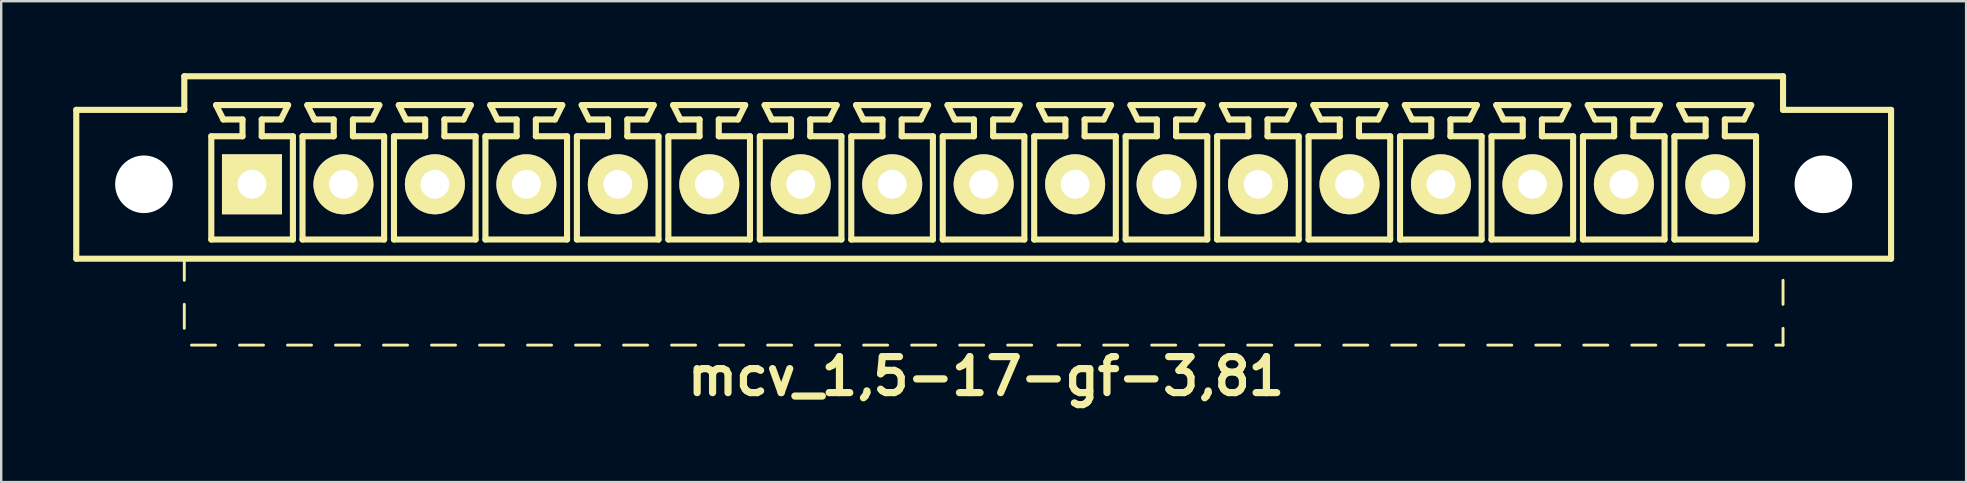
<source format=kicad_pcb>
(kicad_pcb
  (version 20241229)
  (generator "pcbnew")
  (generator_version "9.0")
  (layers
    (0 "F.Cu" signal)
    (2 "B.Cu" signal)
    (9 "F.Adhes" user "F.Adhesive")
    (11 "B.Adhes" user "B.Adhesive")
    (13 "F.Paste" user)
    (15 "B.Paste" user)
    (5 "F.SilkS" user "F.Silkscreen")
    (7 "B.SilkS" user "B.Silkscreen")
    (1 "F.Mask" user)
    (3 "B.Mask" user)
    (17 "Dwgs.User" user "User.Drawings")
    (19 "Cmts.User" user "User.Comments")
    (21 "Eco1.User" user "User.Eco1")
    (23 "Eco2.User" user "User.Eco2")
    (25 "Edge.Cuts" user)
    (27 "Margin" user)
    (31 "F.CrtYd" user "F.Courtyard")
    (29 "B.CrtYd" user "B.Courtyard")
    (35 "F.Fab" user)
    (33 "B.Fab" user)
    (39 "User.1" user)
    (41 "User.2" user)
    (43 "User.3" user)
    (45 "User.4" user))
  (footprint "mcv_1,5-17-gf-3,81"
    (layer "F.Cu")
    (at 37.927 4.627)
    (property "Reference" "mcv_1,5-17-gf-3,81" (at 0.1 8 0) (layer "F.SilkS") (effects (font (size 1.5 1.5) (thickness 0.3))))
    (attr through_hole)
    (fp_line (start -37.8 3.1) (end -37.8 -3.1) (stroke (width 0.254) (type solid)) (layer "F.SilkS"))
    (fp_line (start -37.8 3.1) (end 37.8 3.1) (stroke (width 0.254) (type solid)) (layer "F.SilkS"))
    (fp_line (start -33.3 -4.5) (end -33.3 -3.1) (stroke (width 0.254) (type solid)) (layer "F.SilkS"))
    (fp_line (start -33.3 -4.5) (end 33.3 -4.5) (stroke (width 0.254) (type solid)) (layer "F.SilkS"))
    (fp_line (start -33.3 -3.1) (end -37.8 -3.1) (stroke (width 0.254) (type solid)) (layer "F.SilkS"))
    (fp_line (start -33.3 3.1) (end -33.3 4) (stroke (width 0.12) (type solid)) (layer "F.SilkS"))
    (fp_line (start -33.3 5) (end -33.3 6) (stroke (width 0.12) (type solid)) (layer "F.SilkS"))
    (fp_line (start -33 6.7) (end -32 6.7) (stroke (width 0.12) (type solid)) (layer "F.SilkS"))
    (fp_line (start -32.175 -2) (end -30.875 -2) (stroke (width 0.254) (type solid)) (layer "F.SilkS"))
    (fp_line (start -32.175 2.3) (end -32.175 -2) (stroke (width 0.254) (type solid)) (layer "F.SilkS"))
    (fp_line (start -31.975 -3.3) (end -28.975 -3.3) (stroke (width 0.254) (type solid)) (layer "F.SilkS"))
    (fp_line (start -31.675 -2.7) (end -31.975 -3.3) (stroke (width 0.254) (type solid)) (layer "F.SilkS"))
    (fp_line (start -31 6.7) (end -30 6.7) (stroke (width 0.12) (type solid)) (layer "F.SilkS"))
    (fp_line (start -30.875 -2.7) (end -31.675 -2.7) (stroke (width 0.254) (type solid)) (layer "F.SilkS"))
    (fp_line (start -30.875 -2) (end -30.875 -2.7) (stroke (width 0.254) (type solid)) (layer "F.SilkS"))
    (fp_line (start -30.075 -2.7) (end -30.075 -2) (stroke (width 0.254) (type solid)) (layer "F.SilkS"))
    (fp_line (start -30.075 -2) (end -28.775 -2) (stroke (width 0.254) (type solid)) (layer "F.SilkS"))
    (fp_line (start -29.275 -2.7) (end -30.075 -2.7) (stroke (width 0.254) (type solid)) (layer "F.SilkS"))
    (fp_line (start -29.275 -2.7) (end -28.975 -3.3) (stroke (width 0.254) (type solid)) (layer "F.SilkS"))
    (fp_line (start -29 6.7) (end -28 6.7) (stroke (width 0.12) (type solid)) (layer "F.SilkS"))
    (fp_line (start -28.775 -2) (end -28.775 2.3) (stroke (width 0.254) (type solid)) (layer "F.SilkS"))
    (fp_line (start -28.775 2.3) (end -32.175 2.3) (stroke (width 0.254) (type solid)) (layer "F.SilkS"))
    (fp_line (start -28.375 -2) (end -27.075 -2) (stroke (width 0.254) (type solid)) (layer "F.SilkS"))
    (fp_line (start -28.375 2.3) (end -28.375 -2) (stroke (width 0.254) (type solid)) (layer "F.SilkS"))
    (fp_line (start -28.175 -3.3) (end -25.175 -3.3) (stroke (width 0.254) (type solid)) (layer "F.SilkS"))
    (fp_line (start -27.875 -2.7) (end -28.175 -3.3) (stroke (width 0.254) (type solid)) (layer "F.SilkS"))
    (fp_line (start -27.075 -2.7) (end -27.875 -2.7) (stroke (width 0.254) (type solid)) (layer "F.SilkS"))
    (fp_line (start -27.075 -2) (end -27.075 -2.7) (stroke (width 0.254) (type solid)) (layer "F.SilkS"))
    (fp_line (start -27 6.7) (end -26 6.7) (stroke (width 0.12) (type solid)) (layer "F.SilkS"))
    (fp_line (start -26.275 -2.7) (end -26.275 -2) (stroke (width 0.254) (type solid)) (layer "F.SilkS"))
    (fp_line (start -26.275 -2) (end -24.975 -2) (stroke (width 0.254) (type solid)) (layer "F.SilkS"))
    (fp_line (start -25.475 -2.7) (end -26.275 -2.7) (stroke (width 0.254) (type solid)) (layer "F.SilkS"))
    (fp_line (start -25.475 -2.7) (end -25.175 -3.3) (stroke (width 0.254) (type solid)) (layer "F.SilkS"))
    (fp_line (start -25 6.7) (end -24 6.7) (stroke (width 0.12) (type solid)) (layer "F.SilkS"))
    (fp_line (start -24.975 -2) (end -24.975 2.3) (stroke (width 0.254) (type solid)) (layer "F.SilkS"))
    (fp_line (start -24.975 2.3) (end -28.375 2.3) (stroke (width 0.254) (type solid)) (layer "F.SilkS"))
    (fp_line (start -24.565 -2) (end -23.265 -2) (stroke (width 0.254) (type solid)) (layer "F.SilkS"))
    (fp_line (start -24.565 2.3) (end -24.565 -2) (stroke (width 0.254) (type solid)) (layer "F.SilkS"))
    (fp_line (start -24.365 -3.3) (end -21.365 -3.3) (stroke (width 0.254) (type solid)) (layer "F.SilkS"))
    (fp_line (start -24.065 -2.7) (end -24.365 -3.3) (stroke (width 0.254) (type solid)) (layer "F.SilkS"))
    (fp_line (start -23.265 -2.7) (end -24.065 -2.7) (stroke (width 0.254) (type solid)) (layer "F.SilkS"))
    (fp_line (start -23.265 -2) (end -23.265 -2.7) (stroke (width 0.254) (type solid)) (layer "F.SilkS"))
    (fp_line (start -23 6.7) (end -22 6.7) (stroke (width 0.12) (type solid)) (layer "F.SilkS"))
    (fp_line (start -22.465 -2.7) (end -22.465 -2) (stroke (width 0.254) (type solid)) (layer "F.SilkS"))
    (fp_line (start -22.465 -2) (end -21.165 -2) (stroke (width 0.254) (type solid)) (layer "F.SilkS"))
    (fp_line (start -21.665 -2.7) (end -22.465 -2.7) (stroke (width 0.254) (type solid)) (layer "F.SilkS"))
    (fp_line (start -21.665 -2.7) (end -21.365 -3.3) (stroke (width 0.254) (type solid)) (layer "F.SilkS"))
    (fp_line (start -21.165 -2) (end -21.165 2.3) (stroke (width 0.254) (type solid)) (layer "F.SilkS"))
    (fp_line (start -21.165 2.3) (end -24.565 2.3) (stroke (width 0.254) (type solid)) (layer "F.SilkS"))
    (fp_line (start -21 6.7) (end -20 6.7) (stroke (width 0.12) (type solid)) (layer "F.SilkS"))
    (fp_line (start -20.755 -2) (end -19.455 -2) (stroke (width 0.254) (type solid)) (layer "F.SilkS"))
    (fp_line (start -20.755 2.3) (end -20.755 -2) (stroke (width 0.254) (type solid)) (layer "F.SilkS"))
    (fp_line (start -20.555 -3.3) (end -17.555 -3.3) (stroke (width 0.254) (type solid)) (layer "F.SilkS"))
    (fp_line (start -20.255 -2.7) (end -20.555 -3.3) (stroke (width 0.254) (type solid)) (layer "F.SilkS"))
    (fp_line (start -19.455 -2.7) (end -20.255 -2.7) (stroke (width 0.254) (type solid)) (layer "F.SilkS"))
    (fp_line (start -19.455 -2) (end -19.455 -2.7) (stroke (width 0.254) (type solid)) (layer "F.SilkS"))
    (fp_line (start -19 6.7) (end -18 6.7) (stroke (width 0.12) (type solid)) (layer "F.SilkS"))
    (fp_line (start -18.655 -2.7) (end -18.655 -2) (stroke (width 0.254) (type solid)) (layer "F.SilkS"))
    (fp_line (start -18.655 -2) (end -17.355 -2) (stroke (width 0.254) (type solid)) (layer "F.SilkS"))
    (fp_line (start -17.855 -2.7) (end -18.655 -2.7) (stroke (width 0.254) (type solid)) (layer "F.SilkS"))
    (fp_line (start -17.855 -2.7) (end -17.555 -3.3) (stroke (width 0.254) (type solid)) (layer "F.SilkS"))
    (fp_line (start -17.355 -2) (end -17.355 2.3) (stroke (width 0.254) (type solid)) (layer "F.SilkS"))
    (fp_line (start -17.355 2.3) (end -20.755 2.3) (stroke (width 0.254) (type solid)) (layer "F.SilkS"))
    (fp_line (start -17 6.7) (end -16 6.7) (stroke (width 0.12) (type solid)) (layer "F.SilkS"))
    (fp_line (start -16.945 -2) (end -15.645 -2) (stroke (width 0.254) (type solid)) (layer "F.SilkS"))
    (fp_line (start -16.945 2.3) (end -16.945 -2) (stroke (width 0.254) (type solid)) (layer "F.SilkS"))
    (fp_line (start -16.745 -3.3) (end -13.745 -3.3) (stroke (width 0.254) (type solid)) (layer "F.SilkS"))
    (fp_line (start -16.445 -2.7) (end -16.745 -3.3) (stroke (width 0.254) (type solid)) (layer "F.SilkS"))
    (fp_line (start -15.645 -2.7) (end -16.445 -2.7) (stroke (width 0.254) (type solid)) (layer "F.SilkS"))
    (fp_line (start -15.645 -2) (end -15.645 -2.7) (stroke (width 0.254) (type solid)) (layer "F.SilkS"))
    (fp_line (start -15 6.7) (end -14 6.7) (stroke (width 0.12) (type solid)) (layer "F.SilkS"))
    (fp_line (start -14.845 -2.7) (end -14.845 -2) (stroke (width 0.254) (type solid)) (layer "F.SilkS"))
    (fp_line (start -14.845 -2) (end -13.545 -2) (stroke (width 0.254) (type solid)) (layer "F.SilkS"))
    (fp_line (start -14.045 -2.7) (end -14.845 -2.7) (stroke (width 0.254) (type solid)) (layer "F.SilkS"))
    (fp_line (start -14.045 -2.7) (end -13.745 -3.3) (stroke (width 0.254) (type solid)) (layer "F.SilkS"))
    (fp_line (start -13.545 -2) (end -13.545 2.3) (stroke (width 0.254) (type solid)) (layer "F.SilkS"))
    (fp_line (start -13.545 2.3) (end -16.945 2.3) (stroke (width 0.254) (type solid)) (layer "F.SilkS"))
    (fp_line (start -13.135 -2) (end -11.835 -2) (stroke (width 0.254) (type solid)) (layer "F.SilkS"))
    (fp_line (start -13.135 2.3) (end -13.135 -2) (stroke (width 0.254) (type solid)) (layer "F.SilkS"))
    (fp_line (start -13 6.7) (end -12 6.7) (stroke (width 0.12) (type solid)) (layer "F.SilkS"))
    (fp_line (start -12.935 -3.3) (end -9.935 -3.3) (stroke (width 0.254) (type solid)) (layer "F.SilkS"))
    (fp_line (start -12.635 -2.7) (end -12.935 -3.3) (stroke (width 0.254) (type solid)) (layer "F.SilkS"))
    (fp_line (start -11.835 -2.7) (end -12.635 -2.7) (stroke (width 0.254) (type solid)) (layer "F.SilkS"))
    (fp_line (start -11.835 -2) (end -11.835 -2.7) (stroke (width 0.254) (type solid)) (layer "F.SilkS"))
    (fp_line (start -11.035 -2.7) (end -11.035 -2) (stroke (width 0.254) (type solid)) (layer "F.SilkS"))
    (fp_line (start -11.035 -2) (end -9.735 -2) (stroke (width 0.254) (type solid)) (layer "F.SilkS"))
    (fp_line (start -11 6.7) (end -10 6.7) (stroke (width 0.12) (type solid)) (layer "F.SilkS"))
    (fp_line (start -10.235 -2.7) (end -11.035 -2.7) (stroke (width 0.254) (type solid)) (layer "F.SilkS"))
    (fp_line (start -10.235 -2.7) (end -9.935 -3.3) (stroke (width 0.254) (type solid)) (layer "F.SilkS"))
    (fp_line (start -9.735 -2) (end -9.735 2.3) (stroke (width 0.254) (type solid)) (layer "F.SilkS"))
    (fp_line (start -9.735 2.3) (end -13.135 2.3) (stroke (width 0.254) (type solid)) (layer "F.SilkS"))
    (fp_line (start -9.325 -2) (end -8.025 -2) (stroke (width 0.254) (type solid)) (layer "F.SilkS"))
    (fp_line (start -9.325 2.3) (end -9.325 -2) (stroke (width 0.254) (type solid)) (layer "F.SilkS"))
    (fp_line (start -9.125 -3.3) (end -6.125 -3.3) (stroke (width 0.254) (type solid)) (layer "F.SilkS"))
    (fp_line (start -9 6.7) (end -8 6.7) (stroke (width 0.12) (type solid)) (layer "F.SilkS"))
    (fp_line (start -8.825 -2.7) (end -9.125 -3.3) (stroke (width 0.254) (type solid)) (layer "F.SilkS"))
    (fp_line (start -8.025 -2.7) (end -8.825 -2.7) (stroke (width 0.254) (type solid)) (layer "F.SilkS"))
    (fp_line (start -8.025 -2) (end -8.025 -2.7) (stroke (width 0.254) (type solid)) (layer "F.SilkS"))
    (fp_line (start -7.225 -2.7) (end -7.225 -2) (stroke (width 0.254) (type solid)) (layer "F.SilkS"))
    (fp_line (start -7.225 -2) (end -5.925 -2) (stroke (width 0.254) (type solid)) (layer "F.SilkS"))
    (fp_line (start -7 6.7) (end -6 6.7) (stroke (width 0.12) (type solid)) (layer "F.SilkS"))
    (fp_line (start -6.425 -2.7) (end -7.225 -2.7) (stroke (width 0.254) (type solid)) (layer "F.SilkS"))
    (fp_line (start -6.425 -2.7) (end -6.125 -3.3) (stroke (width 0.254) (type solid)) (layer "F.SilkS"))
    (fp_line (start -5.925 -2) (end -5.925 2.3) (stroke (width 0.254) (type solid)) (layer "F.SilkS"))
    (fp_line (start -5.925 2.3) (end -9.325 2.3) (stroke (width 0.254) (type solid)) (layer "F.SilkS"))
    (fp_line (start -5.515 -2) (end -4.215 -2) (stroke (width 0.254) (type solid)) (layer "F.SilkS"))
    (fp_line (start -5.515 2.3) (end -5.515 -2) (stroke (width 0.254) (type solid)) (layer "F.SilkS"))
    (fp_line (start -5.315 -3.3) (end -2.315 -3.3) (stroke (width 0.254) (type solid)) (layer "F.SilkS"))
    (fp_line (start -5.015 -2.7) (end -5.315 -3.3) (stroke (width 0.254) (type solid)) (layer "F.SilkS"))
    (fp_line (start -5 6.7) (end -4 6.7) (stroke (width 0.12) (type solid)) (layer "F.SilkS"))
    (fp_line (start -4.215 -2.7) (end -5.015 -2.7) (stroke (width 0.254) (type solid)) (layer "F.SilkS"))
    (fp_line (start -4.215 -2) (end -4.215 -2.7) (stroke (width 0.254) (type solid)) (layer "F.SilkS"))
    (fp_line (start -3.415 -2.7) (end -3.415 -2) (stroke (width 0.254) (type solid)) (layer "F.SilkS"))
    (fp_line (start -3.415 -2) (end -2.115 -2) (stroke (width 0.254) (type solid)) (layer "F.SilkS"))
    (fp_line (start -3 6.7) (end -2 6.7) (stroke (width 0.12) (type solid)) (layer "F.SilkS"))
    (fp_line (start -2.615 -2.7) (end -3.415 -2.7) (stroke (width 0.254) (type solid)) (layer "F.SilkS"))
    (fp_line (start -2.615 -2.7) (end -2.315 -3.3) (stroke (width 0.254) (type solid)) (layer "F.SilkS"))
    (fp_line (start -2.115 -2) (end -2.115 2.3) (stroke (width 0.254) (type solid)) (layer "F.SilkS"))
    (fp_line (start -2.115 2.3) (end -5.515 2.3) (stroke (width 0.254) (type solid)) (layer "F.SilkS"))
    (fp_line (start -1.705 -2) (end -0.405 -2) (stroke (width 0.254) (type solid)) (layer "F.SilkS"))
    (fp_line (start -1.705 2.3) (end -1.705 -2) (stroke (width 0.254) (type solid)) (layer "F.SilkS"))
    (fp_line (start -1.505 -3.3) (end 1.495 -3.3) (stroke (width 0.254) (type solid)) (layer "F.SilkS"))
    (fp_line (start -1.205 -2.7) (end -1.505 -3.3) (stroke (width 0.254) (type solid)) (layer "F.SilkS"))
    (fp_line (start -1 6.7) (end 0 6.7) (stroke (width 0.12) (type solid)) (layer "F.SilkS"))
    (fp_line (start -0.405 -2.7) (end -1.205 -2.7) (stroke (width 0.254) (type solid)) (layer "F.SilkS"))
    (fp_line (start -0.405 -2) (end -0.405 -2.7) (stroke (width 0.254) (type solid)) (layer "F.SilkS"))
    (fp_line (start 0.395 -2.7) (end 0.395 -2) (stroke (width 0.254) (type solid)) (layer "F.SilkS"))
    (fp_line (start 0.395 -2) (end 1.695 -2) (stroke (width 0.254) (type solid)) (layer "F.SilkS"))
    (fp_line (start 1 6.7) (end 2 6.7) (stroke (width 0.12) (type solid)) (layer "F.SilkS"))
    (fp_line (start 1.195 -2.7) (end 0.395 -2.7) (stroke (width 0.254) (type solid)) (layer "F.SilkS"))
    (fp_line (start 1.195 -2.7) (end 1.495 -3.3) (stroke (width 0.254) (type solid)) (layer "F.SilkS"))
    (fp_line (start 1.695 -2) (end 1.695 2.3) (stroke (width 0.254) (type solid)) (layer "F.SilkS"))
    (fp_line (start 1.695 2.3) (end -1.705 2.3) (stroke (width 0.254) (type solid)) (layer "F.SilkS"))
    (fp_line (start 2.105 -2) (end 3.405 -2) (stroke (width 0.254) (type solid)) (layer "F.SilkS"))
    (fp_line (start 2.105 2.3) (end 2.105 -2) (stroke (width 0.254) (type solid)) (layer "F.SilkS"))
    (fp_line (start 2.305 -3.3) (end 5.305 -3.3) (stroke (width 0.254) (type solid)) (layer "F.SilkS"))
    (fp_line (start 2.605 -2.7) (end 2.305 -3.3) (stroke (width 0.254) (type solid)) (layer "F.SilkS"))
    (fp_line (start 3.1 6.7) (end 4 6.7) (stroke (width 0.12) (type solid)) (layer "F.SilkS"))
    (fp_line (start 3.405 -2.7) (end 2.605 -2.7) (stroke (width 0.254) (type solid)) (layer "F.SilkS"))
    (fp_line (start 3.405 -2) (end 3.405 -2.7) (stroke (width 0.254) (type solid)) (layer "F.SilkS"))
    (fp_line (start 4.205 -2.7) (end 4.205 -2) (stroke (width 0.254) (type solid)) (layer "F.SilkS"))
    (fp_line (start 4.205 -2) (end 5.505 -2) (stroke (width 0.254) (type solid)) (layer "F.SilkS"))
    (fp_line (start 5 6.7) (end 6 6.7) (stroke (width 0.12) (type solid)) (layer "F.SilkS"))
    (fp_line (start 5.005 -2.7) (end 4.205 -2.7) (stroke (width 0.254) (type solid)) (layer "F.SilkS"))
    (fp_line (start 5.005 -2.7) (end 5.305 -3.3) (stroke (width 0.254) (type solid)) (layer "F.SilkS"))
    (fp_line (start 5.505 -2) (end 5.505 2.3) (stroke (width 0.254) (type solid)) (layer "F.SilkS"))
    (fp_line (start 5.505 2.3) (end 2.105 2.3) (stroke (width 0.254) (type solid)) (layer "F.SilkS"))
    (fp_line (start 5.915 -2) (end 7.215 -2) (stroke (width 0.254) (type solid)) (layer "F.SilkS"))
    (fp_line (start 5.915 2.3) (end 5.915 -2) (stroke (width 0.254) (type solid)) (layer "F.SilkS"))
    (fp_line (start 6.115 -3.3) (end 9.115 -3.3) (stroke (width 0.254) (type solid)) (layer "F.SilkS"))
    (fp_line (start 6.415 -2.7) (end 6.115 -3.3) (stroke (width 0.254) (type solid)) (layer "F.SilkS"))
    (fp_line (start 7 6.7) (end 8 6.7) (stroke (width 0.12) (type solid)) (layer "F.SilkS"))
    (fp_line (start 7.215 -2.7) (end 6.415 -2.7) (stroke (width 0.254) (type solid)) (layer "F.SilkS"))
    (fp_line (start 7.215 -2) (end 7.215 -2.7) (stroke (width 0.254) (type solid)) (layer "F.SilkS"))
    (fp_line (start 8.015 -2.7) (end 8.015 -2) (stroke (width 0.254) (type solid)) (layer "F.SilkS"))
    (fp_line (start 8.015 -2) (end 9.315 -2) (stroke (width 0.254) (type solid)) (layer "F.SilkS"))
    (fp_line (start 8.815 -2.7) (end 8.015 -2.7) (stroke (width 0.254) (type solid)) (layer "F.SilkS"))
    (fp_line (start 8.815 -2.7) (end 9.115 -3.3) (stroke (width 0.254) (type solid)) (layer "F.SilkS"))
    (fp_line (start 9 6.7) (end 10 6.7) (stroke (width 0.12) (type solid)) (layer "F.SilkS"))
    (fp_line (start 9.315 -2) (end 9.315 2.3) (stroke (width 0.254) (type solid)) (layer "F.SilkS"))
    (fp_line (start 9.315 2.3) (end 5.915 2.3) (stroke (width 0.254) (type solid)) (layer "F.SilkS"))
    (fp_line (start 9.725 -2) (end 11.025 -2) (stroke (width 0.254) (type solid)) (layer "F.SilkS"))
    (fp_line (start 9.725 2.3) (end 9.725 -2) (stroke (width 0.254) (type solid)) (layer "F.SilkS"))
    (fp_line (start 9.925 -3.3) (end 12.925 -3.3) (stroke (width 0.254) (type solid)) (layer "F.SilkS"))
    (fp_line (start 10.225 -2.7) (end 9.925 -3.3) (stroke (width 0.254) (type solid)) (layer "F.SilkS"))
    (fp_line (start 11 6.7) (end 12 6.7) (stroke (width 0.12) (type solid)) (layer "F.SilkS"))
    (fp_line (start 11.025 -2.7) (end 10.225 -2.7) (stroke (width 0.254) (type solid)) (layer "F.SilkS"))
    (fp_line (start 11.025 -2) (end 11.025 -2.7) (stroke (width 0.254) (type solid)) (layer "F.SilkS"))
    (fp_line (start 11.825 -2.7) (end 11.825 -2) (stroke (width 0.254) (type solid)) (layer "F.SilkS"))
    (fp_line (start 11.825 -2) (end 13.125 -2) (stroke (width 0.254) (type solid)) (layer "F.SilkS"))
    (fp_line (start 12.625 -2.7) (end 11.825 -2.7) (stroke (width 0.254) (type solid)) (layer "F.SilkS"))
    (fp_line (start 12.625 -2.7) (end 12.925 -3.3) (stroke (width 0.254) (type solid)) (layer "F.SilkS"))
    (fp_line (start 13 6.7) (end 14 6.7) (stroke (width 0.12) (type solid)) (layer "F.SilkS"))
    (fp_line (start 13.125 -2) (end 13.125 2.3) (stroke (width 0.254) (type solid)) (layer "F.SilkS"))
    (fp_line (start 13.125 2.3) (end 9.725 2.3) (stroke (width 0.254) (type solid)) (layer "F.SilkS"))
    (fp_line (start 13.535 -2) (end 14.835 -2) (stroke (width 0.254) (type solid)) (layer "F.SilkS"))
    (fp_line (start 13.535 2.3) (end 13.535 -2) (stroke (width 0.254) (type solid)) (layer "F.SilkS"))
    (fp_line (start 13.735 -3.3) (end 16.735 -3.3) (stroke (width 0.254) (type solid)) (layer "F.SilkS"))
    (fp_line (start 14.035 -2.7) (end 13.735 -3.3) (stroke (width 0.254) (type solid)) (layer "F.SilkS"))
    (fp_line (start 14.835 -2.7) (end 14.035 -2.7) (stroke (width 0.254) (type solid)) (layer "F.SilkS"))
    (fp_line (start 14.835 -2) (end 14.835 -2.7) (stroke (width 0.254) (type solid)) (layer "F.SilkS"))
    (fp_line (start 15 6.7) (end 16 6.7) (stroke (width 0.12) (type solid)) (layer "F.SilkS"))
    (fp_line (start 15.635 -2.7) (end 15.635 -2) (stroke (width 0.254) (type solid)) (layer "F.SilkS"))
    (fp_line (start 15.635 -2) (end 16.935 -2) (stroke (width 0.254) (type solid)) (layer "F.SilkS"))
    (fp_line (start 16.435 -2.7) (end 15.635 -2.7) (stroke (width 0.254) (type solid)) (layer "F.SilkS"))
    (fp_line (start 16.435 -2.7) (end 16.735 -3.3) (stroke (width 0.254) (type solid)) (layer "F.SilkS"))
    (fp_line (start 16.935 -2) (end 16.935 2.3) (stroke (width 0.254) (type solid)) (layer "F.SilkS"))
    (fp_line (start 16.935 2.3) (end 13.535 2.3) (stroke (width 0.254) (type solid)) (layer "F.SilkS"))
    (fp_line (start 17 6.7) (end 18 6.7) (stroke (width 0.12) (type solid)) (layer "F.SilkS"))
    (fp_line (start 17.345 -2) (end 18.645 -2) (stroke (width 0.254) (type solid)) (layer "F.SilkS"))
    (fp_line (start 17.345 2.3) (end 17.345 -2) (stroke (width 0.254) (type solid)) (layer "F.SilkS"))
    (fp_line (start 17.545 -3.3) (end 20.545 -3.3) (stroke (width 0.254) (type solid)) (layer "F.SilkS"))
    (fp_line (start 17.845 -2.7) (end 17.545 -3.3) (stroke (width 0.254) (type solid)) (layer "F.SilkS"))
    (fp_line (start 18.645 -2.7) (end 17.845 -2.7) (stroke (width 0.254) (type solid)) (layer "F.SilkS"))
    (fp_line (start 18.645 -2) (end 18.645 -2.7) (stroke (width 0.254) (type solid)) (layer "F.SilkS"))
    (fp_line (start 19 6.7) (end 20 6.7) (stroke (width 0.12) (type solid)) (layer "F.SilkS"))
    (fp_line (start 19.445 -2.7) (end 19.445 -2) (stroke (width 0.254) (type solid)) (layer "F.SilkS"))
    (fp_line (start 19.445 -2) (end 20.745 -2) (stroke (width 0.254) (type solid)) (layer "F.SilkS"))
    (fp_line (start 20.245 -2.7) (end 19.445 -2.7) (stroke (width 0.254) (type solid)) (layer "F.SilkS"))
    (fp_line (start 20.245 -2.7) (end 20.545 -3.3) (stroke (width 0.254) (type solid)) (layer "F.SilkS"))
    (fp_line (start 20.745 -2) (end 20.745 2.3) (stroke (width 0.254) (type solid)) (layer "F.SilkS"))
    (fp_line (start 20.745 2.3) (end 17.345 2.3) (stroke (width 0.254) (type solid)) (layer "F.SilkS"))
    (fp_line (start 21 6.7) (end 22 6.7) (stroke (width 0.12) (type solid)) (layer "F.SilkS"))
    (fp_line (start 21.155 -2) (end 22.455 -2) (stroke (width 0.254) (type solid)) (layer "F.SilkS"))
    (fp_line (start 21.155 2.3) (end 21.155 -2) (stroke (width 0.254) (type solid)) (layer "F.SilkS"))
    (fp_line (start 21.355 -3.3) (end 24.355 -3.3) (stroke (width 0.254) (type solid)) (layer "F.SilkS"))
    (fp_line (start 21.655 -2.7) (end 21.355 -3.3) (stroke (width 0.254) (type solid)) (layer "F.SilkS"))
    (fp_line (start 22.455 -2.7) (end 21.655 -2.7) (stroke (width 0.254) (type solid)) (layer "F.SilkS"))
    (fp_line (start 22.455 -2) (end 22.455 -2.7) (stroke (width 0.254) (type solid)) (layer "F.SilkS"))
    (fp_line (start 23 6.7) (end 24 6.7) (stroke (width 0.12) (type solid)) (layer "F.SilkS"))
    (fp_line (start 23.255 -2.7) (end 23.255 -2) (stroke (width 0.254) (type solid)) (layer "F.SilkS"))
    (fp_line (start 23.255 -2) (end 24.555 -2) (stroke (width 0.254) (type solid)) (layer "F.SilkS"))
    (fp_line (start 24.055 -2.7) (end 23.255 -2.7) (stroke (width 0.254) (type solid)) (layer "F.SilkS"))
    (fp_line (start 24.055 -2.7) (end 24.355 -3.3) (stroke (width 0.254) (type solid)) (layer "F.SilkS"))
    (fp_line (start 24.555 -2) (end 24.555 2.3) (stroke (width 0.254) (type solid)) (layer "F.SilkS"))
    (fp_line (start 24.555 2.3) (end 21.155 2.3) (stroke (width 0.254) (type solid)) (layer "F.SilkS"))
    (fp_line (start 24.965 -2) (end 26.265 -2) (stroke (width 0.254) (type solid)) (layer "F.SilkS"))
    (fp_line (start 24.965 2.3) (end 24.965 -2) (stroke (width 0.254) (type solid)) (layer "F.SilkS"))
    (fp_line (start 25 6.7) (end 26 6.7) (stroke (width 0.12) (type solid)) (layer "F.SilkS"))
    (fp_line (start 25.165 -3.3) (end 28.165 -3.3) (stroke (width 0.254) (type solid)) (layer "F.SilkS"))
    (fp_line (start 25.465 -2.7) (end 25.165 -3.3) (stroke (width 0.254) (type solid)) (layer "F.SilkS"))
    (fp_line (start 26.265 -2.7) (end 25.465 -2.7) (stroke (width 0.254) (type solid)) (layer "F.SilkS"))
    (fp_line (start 26.265 -2) (end 26.265 -2.7) (stroke (width 0.254) (type solid)) (layer "F.SilkS"))
    (fp_line (start 27 6.7) (end 28 6.7) (stroke (width 0.12) (type solid)) (layer "F.SilkS"))
    (fp_line (start 27.065 -2.7) (end 27.065 -2) (stroke (width 0.254) (type solid)) (layer "F.SilkS"))
    (fp_line (start 27.065 -2) (end 28.365 -2) (stroke (width 0.254) (type solid)) (layer "F.SilkS"))
    (fp_line (start 27.865 -2.7) (end 27.065 -2.7) (stroke (width 0.254) (type solid)) (layer "F.SilkS"))
    (fp_line (start 27.865 -2.7) (end 28.165 -3.3) (stroke (width 0.254) (type solid)) (layer "F.SilkS"))
    (fp_line (start 28.365 -2) (end 28.365 2.3) (stroke (width 0.254) (type solid)) (layer "F.SilkS"))
    (fp_line (start 28.365 2.3) (end 24.965 2.3) (stroke (width 0.254) (type solid)) (layer "F.SilkS"))
    (fp_line (start 28.775 -2) (end 30.075 -2) (stroke (width 0.254) (type solid)) (layer "F.SilkS"))
    (fp_line (start 28.775 2.3) (end 28.775 -2) (stroke (width 0.254) (type solid)) (layer "F.SilkS"))
    (fp_line (start 28.975 -3.3) (end 31.975 -3.3) (stroke (width 0.254) (type solid)) (layer "F.SilkS"))
    (fp_line (start 29 6.7) (end 30 6.7) (stroke (width 0.12) (type solid)) (layer "F.SilkS"))
    (fp_line (start 29.275 -2.7) (end 28.975 -3.3) (stroke (width 0.254) (type solid)) (layer "F.SilkS"))
    (fp_line (start 30.075 -2.7) (end 29.275 -2.7) (stroke (width 0.254) (type solid)) (layer "F.SilkS"))
    (fp_line (start 30.075 -2) (end 30.075 -2.7) (stroke (width 0.254) (type solid)) (layer "F.SilkS"))
    (fp_line (start 30.875 -2.7) (end 30.875 -2) (stroke (width 0.254) (type solid)) (layer "F.SilkS"))
    (fp_line (start 30.875 -2) (end 32.175 -2) (stroke (width 0.254) (type solid)) (layer "F.SilkS"))
    (fp_line (start 31 6.7) (end 32 6.7) (stroke (width 0.12) (type solid)) (layer "F.SilkS"))
    (fp_line (start 31.675 -2.7) (end 30.875 -2.7) (stroke (width 0.254) (type solid)) (layer "F.SilkS"))
    (fp_line (start 31.675 -2.7) (end 31.975 -3.3) (stroke (width 0.254) (type solid)) (layer "F.SilkS"))
    (fp_line (start 32.175 -2) (end 32.175 2.3) (stroke (width 0.254) (type solid)) (layer "F.SilkS"))
    (fp_line (start 32.175 2.3) (end 28.775 2.3) (stroke (width 0.254) (type solid)) (layer "F.SilkS"))
    (fp_line (start 33 6.7) (end 33.3 6.7) (stroke (width 0.12) (type solid)) (layer "F.SilkS"))
    (fp_line (start 33.3 -4.5) (end 33.3 -3.1) (stroke (width 0.254) (type solid)) (layer "F.SilkS"))
    (fp_line (start 33.3 5) (end 33.3 4) (stroke (width 0.12) (type solid)) (layer "F.SilkS"))
    (fp_line (start 33.3 6.7) (end 33.3 6) (stroke (width 0.12) (type solid)) (layer "F.SilkS"))
    (fp_line (start 37.8 -3.1) (end 33.3 -3.1) (stroke (width 0.254) (type solid)) (layer "F.SilkS"))
    (fp_line (start 37.8 3.1) (end 37.8 -3.1) (stroke (width 0.254) (type solid)) (layer "F.SilkS"))
    (pad "" np_thru_hole circle (at -34.98 0) (size 2.4 2.4) (drill 2.4) (layers "*.Cu" "*.Mask"))
    (pad "" np_thru_hole circle (at 34.98 0) (size 2.4 2.4) (drill 2.4) (layers "*.Cu" "*.Mask"))
    (pad "1" thru_hole rect (at -30.48 0) (size 2.5 2.5) (drill 1.2) (layers "*.Cu" "*.Mask" "F.SilkS"))
    (pad "2" thru_hole circle (at -26.67 0) (size 2.5 2.5) (drill 1.2) (layers "*.Cu" "*.Mask" "F.SilkS"))
    (pad "3.1" thru_hole circle (at -22.86 0) (size 2.5 2.5) (drill 1.2) (layers "*.Cu" "*.Mask" "F.SilkS"))
    (pad "4" thru_hole circle (at -19.05 0) (size 2.5 2.5) (drill 1.2) (layers "*.Cu" "*.Mask" "F.SilkS"))
    (pad "5" thru_hole circle (at -15.24 0) (size 2.5 2.5) (drill 1.2) (layers "*.Cu" "*.Mask" "F.SilkS"))
    (pad "6" thru_hole circle (at -11.43 0) (size 2.5 2.5) (drill 1.2) (layers "*.Cu" "*.Mask" "F.SilkS"))
    (pad "7" thru_hole circle (at -7.62 0) (size 2.5 2.5) (drill 1.2) (layers "*.Cu" "*.Mask" "F.SilkS"))
    (pad "8" thru_hole circle (at -3.81 0) (size 2.5 2.5) (drill 1.2) (layers "*.Cu" "*.Mask" "F.SilkS"))
    (pad "9" thru_hole circle (at 0 0) (size 2.5 2.5) (drill 1.2) (layers "*.Cu" "*.Mask" "F.SilkS"))
    (pad "10" thru_hole circle (at 3.81 0) (size 2.5 2.5) (drill 1.2) (layers "*.Cu" "*.Mask" "F.SilkS"))
    (pad "11" thru_hole circle (at 7.62 0) (size 2.5 2.5) (drill 1.2) (layers "*.Cu" "*.Mask" "F.SilkS"))
    (pad "12" thru_hole circle (at 11.43 0) (size 2.5 2.5) (drill 1.2) (layers "*.Cu" "*.Mask" "F.SilkS"))
    (pad "13" thru_hole circle (at 15.24 0) (size 2.5 2.5) (drill 1.2) (layers "*.Cu" "*.Mask" "F.SilkS"))
    (pad "14" thru_hole circle (at 19.05 0) (size 2.5 2.5) (drill 1.2) (layers "*.Cu" "*.Mask" "F.SilkS"))
    (pad "15" thru_hole circle (at 22.86 0) (size 2.5 2.5) (drill 1.2) (layers "*.Cu" "*.Mask" "F.SilkS"))
    (pad "16" thru_hole circle (at 26.67 0) (size 2.5 2.5) (drill 1.2) (layers "*.Cu" "*.Mask" "F.SilkS"))
    (pad "17" thru_hole circle (at 30.48 0) (size 2.5 2.5) (drill 1.2) (layers "*.Cu" "*.Mask" "F.SilkS")))
  (gr_rect
    (start -3 -3)
    (end 78.854 17.031)
    (stroke (width 0.1) (type default))
    (fill no)
    (layer "Edge.Cuts")))
</source>
